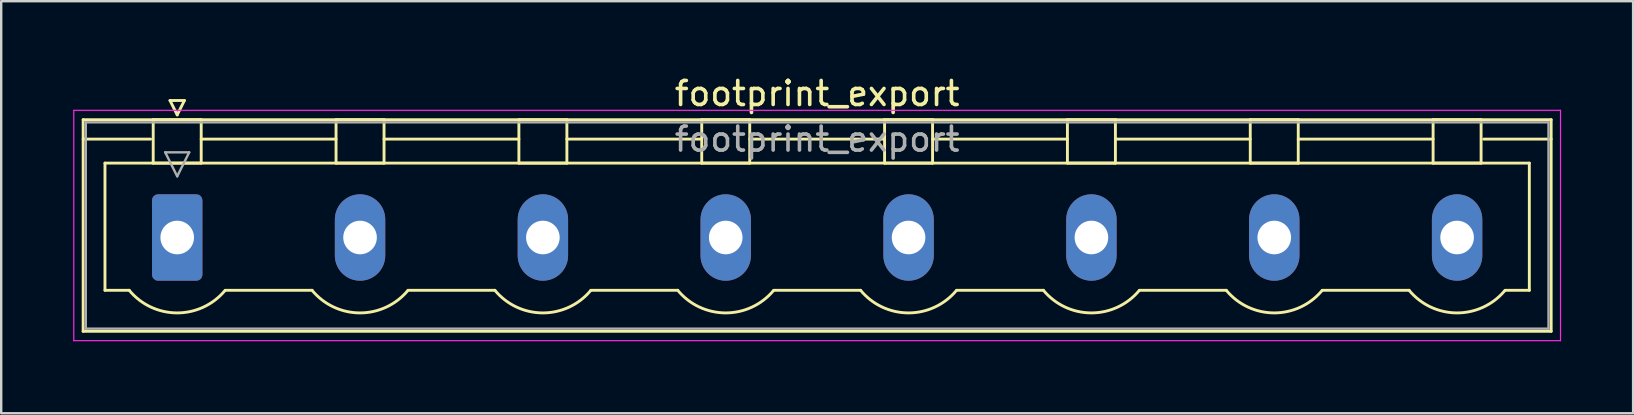
<source format=kicad_pcb>
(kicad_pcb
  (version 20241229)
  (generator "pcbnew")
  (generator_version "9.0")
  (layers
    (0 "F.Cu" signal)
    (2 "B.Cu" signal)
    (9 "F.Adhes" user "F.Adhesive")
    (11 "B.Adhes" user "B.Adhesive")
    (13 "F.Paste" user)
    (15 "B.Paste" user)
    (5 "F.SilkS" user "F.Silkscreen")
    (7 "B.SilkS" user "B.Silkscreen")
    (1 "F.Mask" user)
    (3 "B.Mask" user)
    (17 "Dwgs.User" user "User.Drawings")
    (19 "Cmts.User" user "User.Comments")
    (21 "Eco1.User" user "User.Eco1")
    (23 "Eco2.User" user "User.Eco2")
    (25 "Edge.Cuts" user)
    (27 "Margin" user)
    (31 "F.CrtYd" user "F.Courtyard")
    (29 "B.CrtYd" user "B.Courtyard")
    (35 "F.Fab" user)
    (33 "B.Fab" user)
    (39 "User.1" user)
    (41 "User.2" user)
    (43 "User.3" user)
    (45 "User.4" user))
  (footprint "footprint_export"
    (layer "F.Cu")
    (at 4.335 6.848)
    (property "Reference" "footprint_export" (at 26.67 -6 0) (layer "F.SilkS") (effects (font (size 1 1) (thickness 0.15))))
    (attr through_hole)
    (fp_line (start -3.92 -4.91) (end -3.92 3.91) (stroke (width 0.12) (type solid)) (layer "F.SilkS"))
    (fp_line (start -3.92 -4.1) (end -1.11 -4.1) (stroke (width 0.12) (type solid)) (layer "F.SilkS"))
    (fp_line (start -3.92 3.91) (end 57.26 3.91) (stroke (width 0.12) (type solid)) (layer "F.SilkS"))
    (fp_line (start -3.01 -3.1) (end 56.35 -3.1) (stroke (width 0.12) (type solid)) (layer "F.SilkS"))
    (fp_line (start -3.01 2.2) (end -3.01 -3.1) (stroke (width 0.12) (type solid)) (layer "F.SilkS"))
    (fp_line (start -2 2.2) (end -3.01 2.2) (stroke (width 0.12) (type solid)) (layer "F.SilkS"))
    (fp_line (start -1 -4.91) (end 1 -4.91) (stroke (width 0.12) (type solid)) (layer "F.SilkS"))
    (fp_line (start -1 -3.1) (end -1 -4.91) (stroke (width 0.12) (type solid)) (layer "F.SilkS"))
    (fp_line (start -0.3 -5.71) (end 0.3 -5.71) (stroke (width 0.12) (type solid)) (layer "F.SilkS"))
    (fp_line (start 0 -5.11) (end -0.3 -5.71) (stroke (width 0.12) (type solid)) (layer "F.SilkS"))
    (fp_line (start 0.3 -5.71) (end 0 -5.11) (stroke (width 0.12) (type solid)) (layer "F.SilkS"))
    (fp_line (start 1 -4.91) (end 1 -3.1) (stroke (width 0.12) (type solid)) (layer "F.SilkS"))
    (fp_line (start 1 -4.1) (end 6.62 -4.1) (stroke (width 0.12) (type solid)) (layer "F.SilkS"))
    (fp_line (start 1 -3.1) (end -1 -3.1) (stroke (width 0.12) (type solid)) (layer "F.SilkS"))
    (fp_line (start 2 2.2) (end 5.62 2.2) (stroke (width 0.12) (type solid)) (layer "F.SilkS"))
    (fp_line (start 6.62 -4.91) (end 8.62 -4.91) (stroke (width 0.12) (type solid)) (layer "F.SilkS"))
    (fp_line (start 6.62 -3.1) (end 6.62 -4.91) (stroke (width 0.12) (type solid)) (layer "F.SilkS"))
    (fp_line (start 8.62 -4.91) (end 8.62 -3.1) (stroke (width 0.12) (type solid)) (layer "F.SilkS"))
    (fp_line (start 8.62 -4.1) (end 14.24 -4.1) (stroke (width 0.12) (type solid)) (layer "F.SilkS"))
    (fp_line (start 8.62 -3.1) (end 6.62 -3.1) (stroke (width 0.12) (type solid)) (layer "F.SilkS"))
    (fp_line (start 9.62 2.2) (end 13.24 2.2) (stroke (width 0.12) (type solid)) (layer "F.SilkS"))
    (fp_line (start 14.24 -4.91) (end 16.24 -4.91) (stroke (width 0.12) (type solid)) (layer "F.SilkS"))
    (fp_line (start 14.24 -3.1) (end 14.24 -4.91) (stroke (width 0.12) (type solid)) (layer "F.SilkS"))
    (fp_line (start 16.24 -4.91) (end 16.24 -3.1) (stroke (width 0.12) (type solid)) (layer "F.SilkS"))
    (fp_line (start 16.24 -4.1) (end 21.86 -4.1) (stroke (width 0.12) (type solid)) (layer "F.SilkS"))
    (fp_line (start 16.24 -3.1) (end 14.24 -3.1) (stroke (width 0.12) (type solid)) (layer "F.SilkS"))
    (fp_line (start 17.24 2.2) (end 20.86 2.2) (stroke (width 0.12) (type solid)) (layer "F.SilkS"))
    (fp_line (start 21.86 -4.91) (end 23.86 -4.91) (stroke (width 0.12) (type solid)) (layer "F.SilkS"))
    (fp_line (start 21.86 -3.1) (end 21.86 -4.91) (stroke (width 0.12) (type solid)) (layer "F.SilkS"))
    (fp_line (start 23.86 -4.91) (end 23.86 -3.1) (stroke (width 0.12) (type solid)) (layer "F.SilkS"))
    (fp_line (start 23.86 -4.1) (end 29.48 -4.1) (stroke (width 0.12) (type solid)) (layer "F.SilkS"))
    (fp_line (start 23.86 -3.1) (end 21.86 -3.1) (stroke (width 0.12) (type solid)) (layer "F.SilkS"))
    (fp_line (start 24.86 2.2) (end 28.48 2.2) (stroke (width 0.12) (type solid)) (layer "F.SilkS"))
    (fp_line (start 29.48 -4.91) (end 31.48 -4.91) (stroke (width 0.12) (type solid)) (layer "F.SilkS"))
    (fp_line (start 29.48 -3.1) (end 29.48 -4.91) (stroke (width 0.12) (type solid)) (layer "F.SilkS"))
    (fp_line (start 31.48 -4.91) (end 31.48 -3.1) (stroke (width 0.12) (type solid)) (layer "F.SilkS"))
    (fp_line (start 31.48 -4.1) (end 37.1 -4.1) (stroke (width 0.12) (type solid)) (layer "F.SilkS"))
    (fp_line (start 31.48 -3.1) (end 29.48 -3.1) (stroke (width 0.12) (type solid)) (layer "F.SilkS"))
    (fp_line (start 32.48 2.2) (end 36.1 2.2) (stroke (width 0.12) (type solid)) (layer "F.SilkS"))
    (fp_line (start 37.1 -4.91) (end 39.1 -4.91) (stroke (width 0.12) (type solid)) (layer "F.SilkS"))
    (fp_line (start 37.1 -3.1) (end 37.1 -4.91) (stroke (width 0.12) (type solid)) (layer "F.SilkS"))
    (fp_line (start 39.1 -4.91) (end 39.1 -3.1) (stroke (width 0.12) (type solid)) (layer "F.SilkS"))
    (fp_line (start 39.1 -4.1) (end 44.72 -4.1) (stroke (width 0.12) (type solid)) (layer "F.SilkS"))
    (fp_line (start 39.1 -3.1) (end 37.1 -3.1) (stroke (width 0.12) (type solid)) (layer "F.SilkS"))
    (fp_line (start 40.1 2.2) (end 43.72 2.2) (stroke (width 0.12) (type solid)) (layer "F.SilkS"))
    (fp_line (start 44.72 -4.91) (end 46.72 -4.91) (stroke (width 0.12) (type solid)) (layer "F.SilkS"))
    (fp_line (start 44.72 -3.1) (end 44.72 -4.91) (stroke (width 0.12) (type solid)) (layer "F.SilkS"))
    (fp_line (start 46.72 -4.91) (end 46.72 -3.1) (stroke (width 0.12) (type solid)) (layer "F.SilkS"))
    (fp_line (start 46.72 -4.1) (end 52.34 -4.1) (stroke (width 0.12) (type solid)) (layer "F.SilkS"))
    (fp_line (start 46.72 -3.1) (end 44.72 -3.1) (stroke (width 0.12) (type solid)) (layer "F.SilkS"))
    (fp_line (start 47.72 2.2) (end 51.34 2.2) (stroke (width 0.12) (type solid)) (layer "F.SilkS"))
    (fp_line (start 52.34 -4.91) (end 54.34 -4.91) (stroke (width 0.12) (type solid)) (layer "F.SilkS"))
    (fp_line (start 52.34 -3.1) (end 52.34 -4.91) (stroke (width 0.12) (type solid)) (layer "F.SilkS"))
    (fp_line (start 54.34 -4.91) (end 54.34 -3.1) (stroke (width 0.12) (type solid)) (layer "F.SilkS"))
    (fp_line (start 54.34 -3.1) (end 52.34 -3.1) (stroke (width 0.12) (type solid)) (layer "F.SilkS"))
    (fp_line (start 56.35 -3.1) (end 56.35 2.2) (stroke (width 0.12) (type solid)) (layer "F.SilkS"))
    (fp_line (start 56.35 2.2) (end 55.34 2.2) (stroke (width 0.12) (type solid)) (layer "F.SilkS"))
    (fp_line (start 57.26 -4.91) (end -3.92 -4.91) (stroke (width 0.12) (type solid)) (layer "F.SilkS"))
    (fp_line (start 57.26 -4.1) (end 54.45 -4.1) (stroke (width 0.12) (type solid)) (layer "F.SilkS"))
    (fp_line (start 57.26 3.91) (end 57.26 -4.91) (stroke (width 0.12) (type solid)) (layer "F.SilkS"))
    (fp_arc (start 1.986842 2.215821) (mid -0.010289 3.142758) (end -2 2.2) (stroke (width 0.12) (type solid)) (layer "F.SilkS"))
    (fp_arc (start 9.606842 2.215821) (mid 7.609711 3.142758) (end 5.62 2.2) (stroke (width 0.12) (type solid)) (layer "F.SilkS"))
    (fp_arc (start 17.226842 2.215821) (mid 15.229711 3.142758) (end 13.24 2.2) (stroke (width 0.12) (type solid)) (layer "F.SilkS"))
    (fp_arc (start 24.846842 2.215821) (mid 22.849711 3.142758) (end 20.86 2.2) (stroke (width 0.12) (type solid)) (layer "F.SilkS"))
    (fp_arc (start 32.466842 2.215821) (mid 30.469711 3.142758) (end 28.48 2.2) (stroke (width 0.12) (type solid)) (layer "F.SilkS"))
    (fp_arc (start 40.086842 2.215821) (mid 38.089711 3.142758) (end 36.1 2.2) (stroke (width 0.12) (type solid)) (layer "F.SilkS"))
    (fp_arc (start 47.706842 2.215821) (mid 45.709711 3.142758) (end 43.72 2.2) (stroke (width 0.12) (type solid)) (layer "F.SilkS"))
    (fp_arc (start 55.326842 2.215821) (mid 53.329711 3.142758) (end 51.34 2.2) (stroke (width 0.12) (type solid)) (layer "F.SilkS"))
    (fp_line (start -4.31 -5.3) (end -4.31 4.3) (stroke (width 0.05) (type solid)) (layer "F.CrtYd"))
    (fp_line (start -4.31 4.3) (end 57.65 4.3) (stroke (width 0.05) (type solid)) (layer "F.CrtYd"))
    (fp_line (start 57.65 -5.3) (end -4.31 -5.3) (stroke (width 0.05) (type solid)) (layer "F.CrtYd"))
    (fp_line (start 57.65 4.3) (end 57.65 -5.3) (stroke (width 0.05) (type solid)) (layer "F.CrtYd"))
    (fp_line (start -3.81 -4.8) (end -3.81 3.8) (stroke (width 0.1) (type solid)) (layer "F.Fab"))
    (fp_line (start -3.81 3.8) (end 57.15 3.8) (stroke (width 0.1) (type solid)) (layer "F.Fab"))
    (fp_line (start -0.5 -3.55) (end 0.5 -3.55) (stroke (width 0.1) (type solid)) (layer "F.Fab"))
    (fp_line (start 0 -2.55) (end -0.5 -3.55) (stroke (width 0.1) (type solid)) (layer "F.Fab"))
    (fp_line (start 0.5 -3.55) (end 0 -2.55) (stroke (width 0.1) (type solid)) (layer "F.Fab"))
    (fp_line (start 57.15 -4.8) (end -3.81 -4.8) (stroke (width 0.1) (type solid)) (layer "F.Fab"))
    (fp_line (start 57.15 3.8) (end 57.15 -4.8) (stroke (width 0.1) (type solid)) (layer "F.Fab"))
    (fp_text user "${REFERENCE}" (at 26.67 -4.1 0) (layer "F.Fab") (effects (font (size 1 1) (thickness 0.15))))
    (pad "1" thru_hole roundrect (at 0 0) (size 2.1 3.6) (drill 1.4) (layers "*.Cu" "*.Mask") (roundrect_rratio 0.119))
    (pad "2" thru_hole oval (at 7.62 0) (size 2.1 3.6) (drill 1.4) (layers "*.Cu" "*.Mask"))
    (pad "3" thru_hole oval (at 15.24 0) (size 2.1 3.6) (drill 1.4) (layers "*.Cu" "*.Mask"))
    (pad "4" thru_hole oval (at 22.86 0) (size 2.1 3.6) (drill 1.4) (layers "*.Cu" "*.Mask"))
    (pad "5" thru_hole oval (at 30.48 0) (size 2.1 3.6) (drill 1.4) (layers "*.Cu" "*.Mask"))
    (pad "6" thru_hole oval (at 38.1 0) (size 2.1 3.6) (drill 1.4) (layers "*.Cu" "*.Mask"))
    (pad "7" thru_hole oval (at 45.72 0) (size 2.1 3.6) (drill 1.4) (layers "*.Cu" "*.Mask"))
    (pad "8" thru_hole oval (at 53.34 0) (size 2.1 3.6) (drill 1.4) (layers "*.Cu" "*.Mask")))
  (gr_rect
    (start -3 -3)
    (end 65.01 14.173)
    (stroke (width 0.1) (type default))
    (fill no)
    (layer "Edge.Cuts")))
</source>
